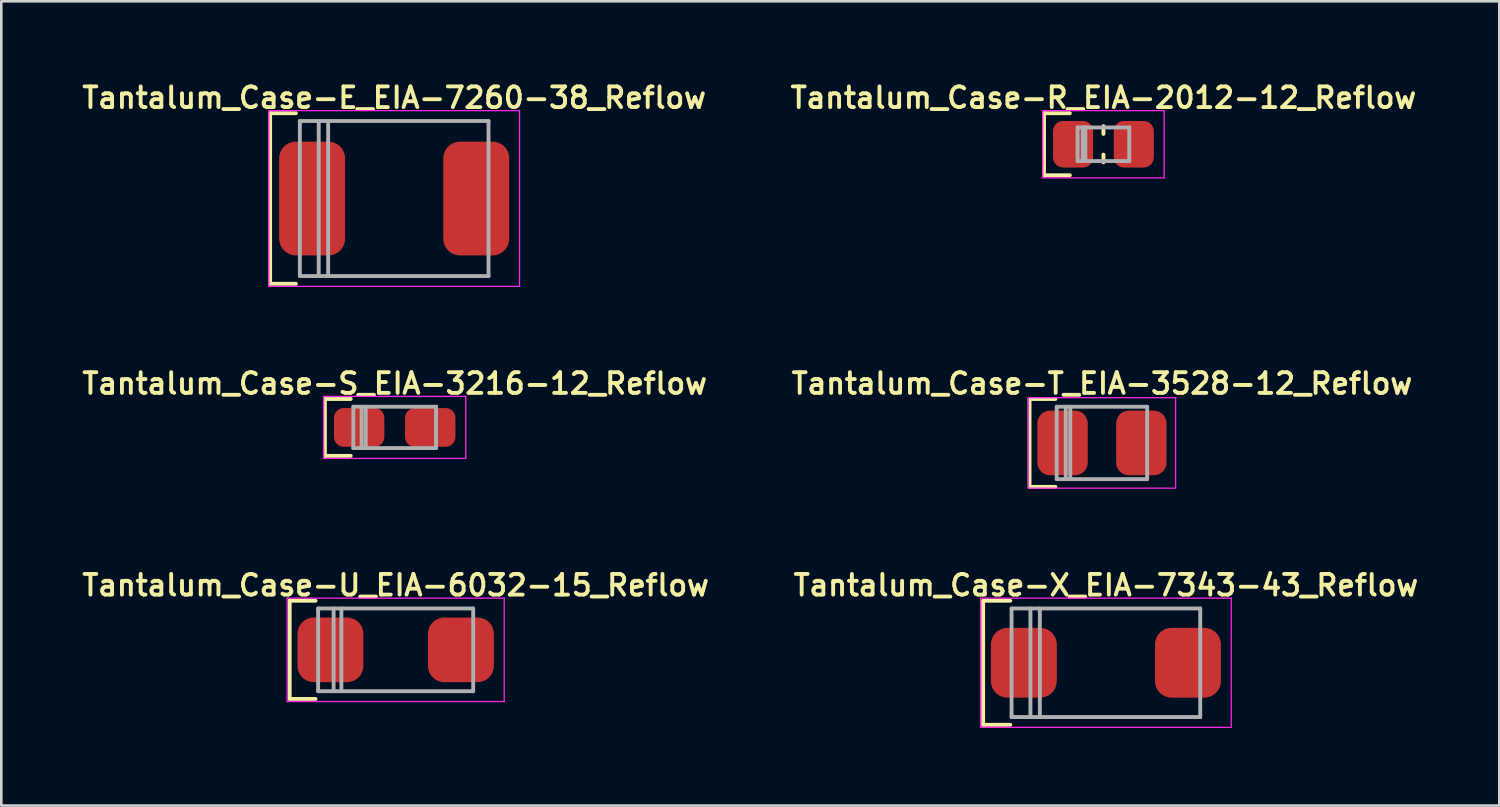
<source format=kicad_pcb>
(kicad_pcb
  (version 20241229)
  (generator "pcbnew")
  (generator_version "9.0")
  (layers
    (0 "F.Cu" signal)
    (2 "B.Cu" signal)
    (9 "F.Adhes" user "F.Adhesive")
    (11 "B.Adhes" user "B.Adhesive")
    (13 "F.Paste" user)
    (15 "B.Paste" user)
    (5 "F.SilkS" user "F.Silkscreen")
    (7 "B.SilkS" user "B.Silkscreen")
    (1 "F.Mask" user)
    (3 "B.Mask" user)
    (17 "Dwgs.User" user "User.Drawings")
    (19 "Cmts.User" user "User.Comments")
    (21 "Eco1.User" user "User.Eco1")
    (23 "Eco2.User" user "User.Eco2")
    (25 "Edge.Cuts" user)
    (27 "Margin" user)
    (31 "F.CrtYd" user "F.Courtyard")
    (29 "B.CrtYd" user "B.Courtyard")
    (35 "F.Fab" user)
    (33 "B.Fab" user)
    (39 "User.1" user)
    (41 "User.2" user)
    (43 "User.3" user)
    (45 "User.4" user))
  (footprint "Tantalum_Case-T_EIA-3528-12_Reflow"
    (layer "F.Cu")
    (at 39.587 14.088)
    (property "Reference" "Tantalum_Case-T_EIA-3528-12_Reflow" (at 0 -2.3 0) (layer "F.SilkS") (effects (font (size 0.8 0.8) (thickness 0.15))))
    (attr smd)
    (fp_line (start -2.8 -1.7) (end -2.8 1.7) (stroke (width 0.15) (type solid)) (layer "F.SilkS"))
    (fp_line (start -2.8 -1.7) (end -1.8 -1.7) (stroke (width 0.15) (type default)) (layer "F.SilkS"))
    (fp_line (start -2.8 1.7) (end -1.8 1.7) (stroke (width 0.15) (type default)) (layer "F.SilkS"))
    (fp_line (start -2.85 -1.75) (end -2.85 1.75) (stroke (width 0.05) (type solid)) (layer "F.CrtYd"))
    (fp_line (start -2.85 1.75) (end 2.85 1.75) (stroke (width 0.05) (type solid)) (layer "F.CrtYd"))
    (fp_line (start 2.85 -1.75) (end -2.85 -1.75) (stroke (width 0.05) (type solid)) (layer "F.CrtYd"))
    (fp_line (start 2.85 1.75) (end 2.85 -1.75) (stroke (width 0.05) (type solid)) (layer "F.CrtYd"))
    (fp_line (start -1.75 -1.4) (end -1.75 1.4) (stroke (width 0.15) (type solid)) (layer "F.Fab"))
    (fp_line (start -1.75 1.4) (end 1.75 1.4) (stroke (width 0.15) (type solid)) (layer "F.Fab"))
    (fp_line (start -1.4 -1.4) (end -1.4 1.4) (stroke (width 0.15) (type solid)) (layer "F.Fab"))
    (fp_line (start -1.225 -1.4) (end -1.225 1.4) (stroke (width 0.15) (type solid)) (layer "F.Fab"))
    (fp_line (start 1.75 -1.4) (end -1.75 -1.4) (stroke (width 0.15) (type solid)) (layer "F.Fab"))
    (fp_line (start 1.75 1.4) (end 1.75 -1.4) (stroke (width 0.15) (type solid)) (layer "F.Fab"))
    (pad "1" smd roundrect (at -1.525 0) (size 1.95 2.5) (layers "F.Cu" "F.Mask" "F.Paste") (roundrect_rratio 0.25))
    (pad "2" smd roundrect (at 1.525 0) (size 1.95 2.5) (layers "F.Cu" "F.Mask" "F.Paste") (roundrect_rratio 0.25)))
  (footprint "Tantalum_Case-U_EIA-6032-15_Reflow"
    (layer "F.Cu")
    (at 12.259 22.094)
    (property "Reference" "Tantalum_Case-U_EIA-6032-15_Reflow" (at 0 -2.5 0) (layer "F.SilkS") (effects (font (size 0.8 0.8) (thickness 0.15))))
    (attr smd)
    (fp_line (start -4.1 -1.9) (end -4.1 1.9) (stroke (width 0.15) (type solid)) (layer "F.SilkS"))
    (fp_line (start -4.1 -1.9) (end -3.1 -1.9) (stroke (width 0.15) (type default)) (layer "F.SilkS"))
    (fp_line (start -4.1 1.9) (end -3.1 1.9) (stroke (width 0.15) (type default)) (layer "F.SilkS"))
    (fp_line (start -4.2 -2) (end -4.2 2) (stroke (width 0.05) (type solid)) (layer "F.CrtYd"))
    (fp_line (start -4.2 2) (end 4.2 2) (stroke (width 0.05) (type solid)) (layer "F.CrtYd"))
    (fp_line (start 4.2 -2) (end -4.2 -2) (stroke (width 0.05) (type solid)) (layer "F.CrtYd"))
    (fp_line (start 4.2 2) (end 4.2 -2) (stroke (width 0.05) (type solid)) (layer "F.CrtYd"))
    (fp_line (start -3 -1.6) (end -3 1.6) (stroke (width 0.15) (type solid)) (layer "F.Fab"))
    (fp_line (start -3 1.6) (end 3 1.6) (stroke (width 0.15) (type solid)) (layer "F.Fab"))
    (fp_line (start -2.4 -1.6) (end -2.4 1.6) (stroke (width 0.15) (type solid)) (layer "F.Fab"))
    (fp_line (start -2.1 -1.6) (end -2.1 1.6) (stroke (width 0.15) (type solid)) (layer "F.Fab"))
    (fp_line (start 3 -1.6) (end -3 -1.6) (stroke (width 0.15) (type solid)) (layer "F.Fab"))
    (fp_line (start 3 1.6) (end 3 -1.6) (stroke (width 0.15) (type solid)) (layer "F.Fab"))
    (pad "1" smd roundrect (at -2.525 0) (size 2.55 2.5) (layers "F.Cu" "F.Mask" "F.Paste") (roundrect_rratio 0.25))
    (pad "2" smd roundrect (at 2.525 0) (size 2.55 2.5) (layers "F.Cu" "F.Mask" "F.Paste") (roundrect_rratio 0.25)))
  (footprint "Tantalum_Case-E_EIA-7260-38_Reflow"
    (layer "F.Cu")
    (at 12.202 4.631)
    (property "Reference" "Tantalum_Case-E_EIA-7260-38_Reflow" (at 0 -3.9 0) (layer "F.SilkS") (effects (font (size 0.8 0.8) (thickness 0.15))))
    (attr smd)
    (fp_line (start -4.8 -3.3) (end -4.8 3.3) (stroke (width 0.15) (type solid)) (layer "F.SilkS"))
    (fp_line (start -4.8 -3.3) (end -3.8 -3.3) (stroke (width 0.15) (type default)) (layer "F.SilkS"))
    (fp_line (start -4.8 3.3) (end -3.8 3.3) (stroke (width 0.15) (type default)) (layer "F.SilkS"))
    (fp_line (start -4.85 -3.4) (end -4.85 3.4) (stroke (width 0.05) (type solid)) (layer "F.CrtYd"))
    (fp_line (start -4.85 3.4) (end 4.85 3.4) (stroke (width 0.05) (type solid)) (layer "F.CrtYd"))
    (fp_line (start 4.85 -3.4) (end -4.85 -3.4) (stroke (width 0.05) (type solid)) (layer "F.CrtYd"))
    (fp_line (start 4.85 3.4) (end 4.85 -3.4) (stroke (width 0.05) (type solid)) (layer "F.CrtYd"))
    (fp_line (start -3.65 -3) (end -3.65 3) (stroke (width 0.15) (type solid)) (layer "F.Fab"))
    (fp_line (start -3.65 3) (end 3.65 3) (stroke (width 0.15) (type solid)) (layer "F.Fab"))
    (fp_line (start -2.92 -3) (end -2.92 3) (stroke (width 0.15) (type solid)) (layer "F.Fab"))
    (fp_line (start -2.555 -3) (end -2.555 3) (stroke (width 0.15) (type solid)) (layer "F.Fab"))
    (fp_line (start 3.65 -3) (end -3.65 -3) (stroke (width 0.15) (type solid)) (layer "F.Fab"))
    (fp_line (start 3.65 3) (end 3.65 -3) (stroke (width 0.15) (type solid)) (layer "F.Fab"))
    (pad "1" smd roundrect (at -3.175 0) (size 2.55 4.4) (layers "F.Cu" "F.Mask" "F.Paste") (roundrect_rratio 0.25))
    (pad "2" smd roundrect (at 3.175 0) (size 2.55 4.4) (layers "F.Cu" "F.Mask" "F.Paste") (roundrect_rratio 0.25)))
  (footprint "Tantalum_Case-S_EIA-3216-12_Reflow"
    (layer "F.Cu")
    (at 12.221 13.488)
    (property "Reference" "Tantalum_Case-S_EIA-3216-12_Reflow" (at 0 -1.7 0) (layer "F.SilkS") (effects (font (size 0.8 0.8) (thickness 0.15))))
    (attr smd)
    (fp_line (start -2.7 -1.1) (end -2.7 1.1) (stroke (width 0.15) (type solid)) (layer "F.SilkS"))
    (fp_line (start -2.7 -1.1) (end -1.7 -1.1) (stroke (width 0.15) (type default)) (layer "F.SilkS"))
    (fp_line (start -2.7 1.1) (end -1.7 1.1) (stroke (width 0.15) (type default)) (layer "F.SilkS"))
    (fp_line (start -2.75 -1.2) (end -2.75 1.2) (stroke (width 0.05) (type solid)) (layer "F.CrtYd"))
    (fp_line (start -2.75 1.2) (end 2.75 1.2) (stroke (width 0.05) (type solid)) (layer "F.CrtYd"))
    (fp_line (start 2.75 -1.2) (end -2.75 -1.2) (stroke (width 0.05) (type solid)) (layer "F.CrtYd"))
    (fp_line (start 2.75 1.2) (end 2.75 -1.2) (stroke (width 0.05) (type solid)) (layer "F.CrtYd"))
    (fp_line (start -1.6 -0.8) (end -1.6 0.8) (stroke (width 0.15) (type solid)) (layer "F.Fab"))
    (fp_line (start -1.6 0.8) (end 1.6 0.8) (stroke (width 0.15) (type solid)) (layer "F.Fab"))
    (fp_line (start -1.28 -0.8) (end -1.28 0.8) (stroke (width 0.15) (type solid)) (layer "F.Fab"))
    (fp_line (start -1.12 -0.8) (end -1.12 0.8) (stroke (width 0.15) (type solid)) (layer "F.Fab"))
    (fp_line (start 1.6 -0.8) (end -1.6 -0.8) (stroke (width 0.15) (type solid)) (layer "F.Fab"))
    (fp_line (start 1.6 0.8) (end 1.6 -0.8) (stroke (width 0.15) (type solid)) (layer "F.Fab"))
    (pad "1" smd roundrect (at -1.375 0) (size 1.95 1.5) (layers "F.Cu" "F.Mask" "F.Paste") (roundrect_rratio 0.25))
    (pad "2" smd roundrect (at 1.375 0) (size 1.95 1.5) (layers "F.Cu" "F.Mask" "F.Paste") (roundrect_rratio 0.25)))
  (footprint "Tantalum_Case-R_EIA-2012-12_Reflow"
    (layer "F.Cu")
    (at 39.645 2.531)
    (property "Reference" "Tantalum_Case-R_EIA-2012-12_Reflow" (at 0 -1.8 0) (layer "F.SilkS") (effects (font (size 0.8 0.8) (thickness 0.15))))
    (attr smd)
    (fp_line (start -2.3 -1.2) (end -2.3 1.2) (stroke (width 0.15) (type solid)) (layer "F.SilkS"))
    (fp_line (start -2.3 -1.2) (end -1.3 -1.2) (stroke (width 0.15) (type default)) (layer "F.SilkS"))
    (fp_line (start -2.3 1.2) (end -1.3 1.2) (stroke (width 0.15) (type default)) (layer "F.SilkS"))
    (fp_line (start 0 -0.7) (end 0 -0.4) (stroke (width 0.15) (type default)) (layer "F.SilkS"))
    (fp_line (start 0 0.7) (end 0 0.4) (stroke (width 0.15) (type default)) (layer "F.SilkS"))
    (fp_line (start -2.35 -1.3) (end -2.35 1.3) (stroke (width 0.05) (type solid)) (layer "F.CrtYd"))
    (fp_line (start -2.35 1.3) (end 2.35 1.3) (stroke (width 0.05) (type solid)) (layer "F.CrtYd"))
    (fp_line (start 2.35 -1.3) (end -2.35 -1.3) (stroke (width 0.05) (type solid)) (layer "F.CrtYd"))
    (fp_line (start 2.35 1.3) (end 2.35 -1.3) (stroke (width 0.05) (type solid)) (layer "F.CrtYd"))
    (fp_line (start -1 -0.65) (end -1 0.65) (stroke (width 0.15) (type solid)) (layer "F.Fab"))
    (fp_line (start -1 0.65) (end 1 0.65) (stroke (width 0.15) (type solid)) (layer "F.Fab"))
    (fp_line (start -0.8 -0.65) (end -0.8 0.65) (stroke (width 0.15) (type solid)) (layer "F.Fab"))
    (fp_line (start -0.7 -0.65) (end -0.7 0.65) (stroke (width 0.15) (type solid)) (layer "F.Fab"))
    (fp_line (start 1 -0.65) (end -1 -0.65) (stroke (width 0.15) (type solid)) (layer "F.Fab"))
    (fp_line (start 1 0.65) (end 1 -0.65) (stroke (width 0.15) (type solid)) (layer "F.Fab"))
    (pad "1" smd roundrect (at -1.175 0) (size 1.55 1.8) (layers "F.Cu" "F.Mask" "F.Paste") (roundrect_rratio 0.25))
    (pad "2" smd roundrect (at 1.175 0) (size 1.55 1.8) (layers "F.Cu" "F.Mask" "F.Paste") (roundrect_rratio 0.25)))
  (footprint "Tantalum_Case-X_EIA-7343-43_Reflow"
    (layer "F.Cu")
    (at 39.74 22.594)
    (property "Reference" "Tantalum_Case-X_EIA-7343-43_Reflow" (at 0 -3 0) (layer "F.SilkS") (effects (font (size 0.8 0.8) (thickness 0.15))))
    (attr smd)
    (fp_line (start -4.75 -2.4) (end -4.75 2.4) (stroke (width 0.15) (type solid)) (layer "F.SilkS"))
    (fp_line (start -4.75 -2.4) (end -3.7 -2.4) (stroke (width 0.15) (type default)) (layer "F.SilkS"))
    (fp_line (start -4.75 2.4) (end -3.7 2.4) (stroke (width 0.15) (type default)) (layer "F.SilkS"))
    (fp_line (start -4.85 -2.5) (end -4.85 2.5) (stroke (width 0.05) (type solid)) (layer "F.CrtYd"))
    (fp_line (start -4.85 2.5) (end 4.85 2.5) (stroke (width 0.05) (type solid)) (layer "F.CrtYd"))
    (fp_line (start 4.85 -2.5) (end -4.85 -2.5) (stroke (width 0.05) (type solid)) (layer "F.CrtYd"))
    (fp_line (start 4.85 2.5) (end 4.85 -2.5) (stroke (width 0.05) (type solid)) (layer "F.CrtYd"))
    (fp_line (start -3.65 -2.1) (end -3.65 2.1) (stroke (width 0.15) (type solid)) (layer "F.Fab"))
    (fp_line (start -3.65 2.1) (end 3.65 2.1) (stroke (width 0.15) (type solid)) (layer "F.Fab"))
    (fp_line (start -2.92 -2.1) (end -2.92 2.1) (stroke (width 0.15) (type solid)) (layer "F.Fab"))
    (fp_line (start -2.555 -2.1) (end -2.555 2.1) (stroke (width 0.15) (type solid)) (layer "F.Fab"))
    (fp_line (start 3.65 -2.1) (end -3.65 -2.1) (stroke (width 0.15) (type solid)) (layer "F.Fab"))
    (fp_line (start 3.65 2.1) (end 3.65 -2.1) (stroke (width 0.15) (type solid)) (layer "F.Fab"))
    (pad "1" smd roundrect (at -3.175 0) (size 2.55 2.7) (layers "F.Cu" "F.Mask" "F.Paste") (roundrect_rratio 0.25))
    (pad "2" smd roundrect (at 3.175 0) (size 2.55 2.7) (layers "F.Cu" "F.Mask" "F.Paste") (roundrect_rratio 0.25)))
  (gr_rect
    (start -3 -3)
    (end 54.961 28.119)
    (stroke (width 0.1) (type default))
    (fill no)
    (layer "Edge.Cuts")))
</source>
